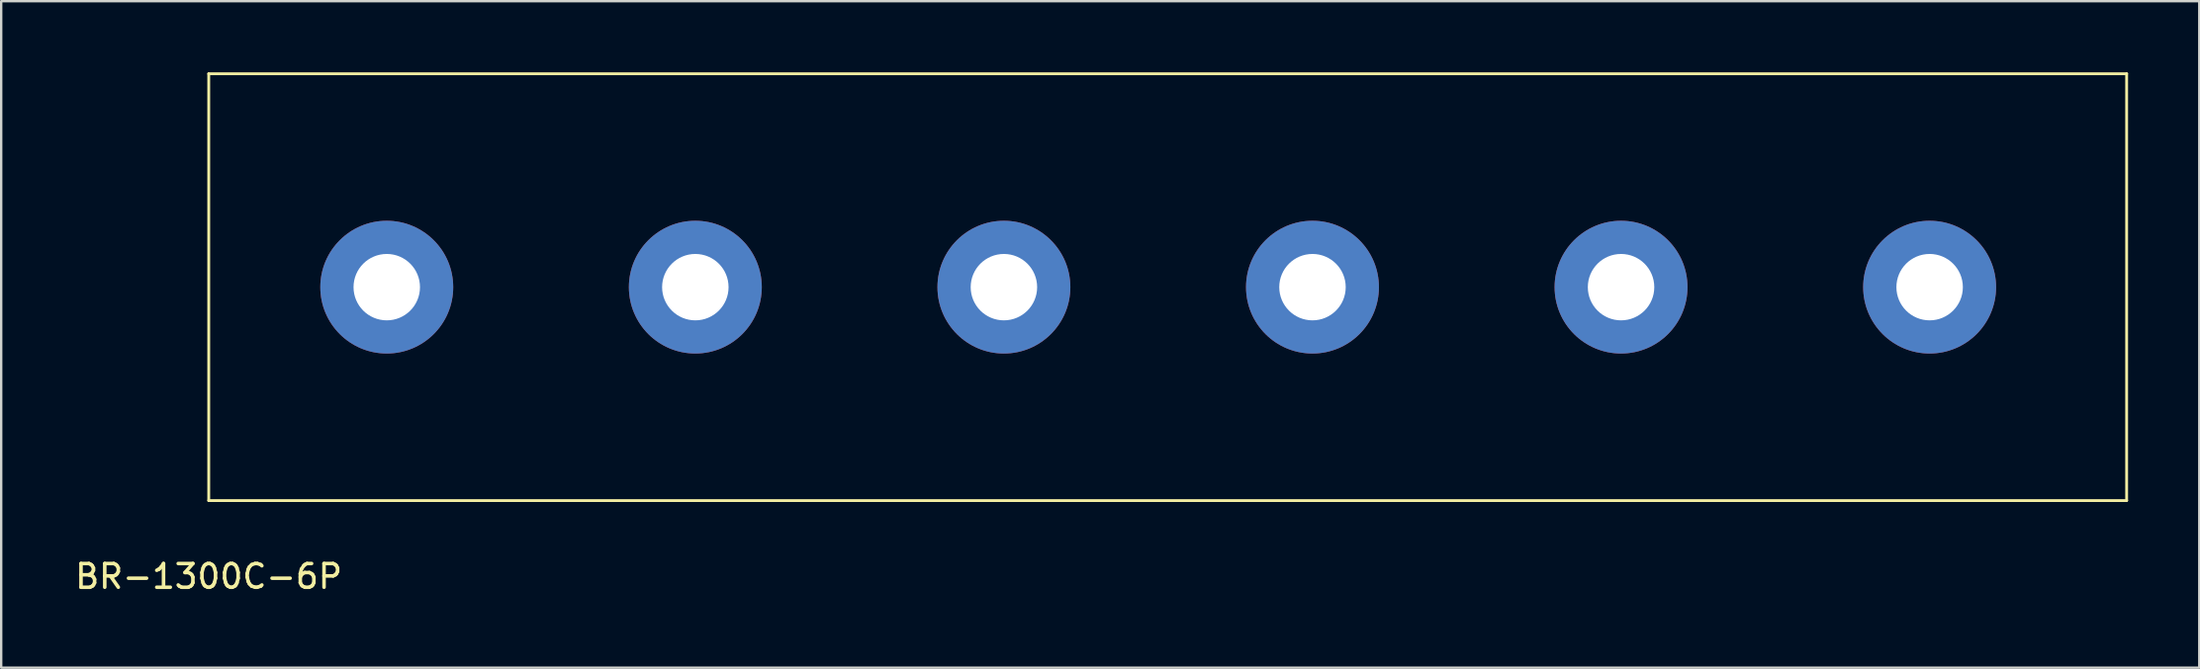
<source format=kicad_pcb>
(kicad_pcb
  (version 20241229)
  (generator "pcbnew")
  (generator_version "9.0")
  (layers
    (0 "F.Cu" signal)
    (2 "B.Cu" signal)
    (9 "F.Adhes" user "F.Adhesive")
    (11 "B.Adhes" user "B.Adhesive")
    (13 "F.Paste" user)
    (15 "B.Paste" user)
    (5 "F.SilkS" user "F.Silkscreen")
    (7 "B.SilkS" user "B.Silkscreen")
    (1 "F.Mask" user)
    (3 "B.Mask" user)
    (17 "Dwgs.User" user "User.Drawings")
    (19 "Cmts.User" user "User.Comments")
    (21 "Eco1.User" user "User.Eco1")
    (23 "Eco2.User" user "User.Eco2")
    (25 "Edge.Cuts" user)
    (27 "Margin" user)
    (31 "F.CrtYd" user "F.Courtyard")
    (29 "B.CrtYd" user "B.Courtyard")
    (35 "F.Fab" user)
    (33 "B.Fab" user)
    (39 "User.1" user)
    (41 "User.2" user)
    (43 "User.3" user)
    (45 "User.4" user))
  (footprint "BR-1300C-6P"
    (layer "F.Cu")
    (at 5.744 18.06)
    (property "Reference" "BR-1300C-6P" (at 0 3.2 0) (layer "F.SilkS") (effects (font (size 1 1) (thickness 0.15))))
    (attr through_hole)
    (fp_line (start 0 -18) (end 0 0) (stroke (width 0.12) (type solid)) (layer "F.SilkS"))
    (fp_line (start 0 0) (end 80.8 0) (stroke (width 0.12) (type solid)) (layer "F.SilkS"))
    (fp_line (start 80.8 -18) (end 0 -18) (stroke (width 0.12) (type solid)) (layer "F.SilkS"))
    (fp_line (start 80.8 0) (end 80.8 -18) (stroke (width 0.12) (type solid)) (layer "F.SilkS"))
    (pad "1" thru_hole circle (at 7.5 -9) (size 5.6 5.6) (drill 2.8) (layers "*.Cu" "*.Mask"))
    (pad "2" thru_hole circle (at 20.5 -9) (size 5.6 5.6) (drill 2.8) (layers "*.Cu" "*.Mask"))
    (pad "3" thru_hole circle (at 33.5 -9) (size 5.6 5.6) (drill 2.8) (layers "*.Cu" "*.Mask"))
    (pad "4" thru_hole circle (at 46.5 -9) (size 5.6 5.6) (drill 2.8) (layers "*.Cu" "*.Mask"))
    (pad "5" thru_hole circle (at 59.5 -9) (size 5.6 5.6) (drill 2.8) (layers "*.Cu" "*.Mask"))
    (pad "6" thru_hole circle (at 72.5 -9) (size 5.6 5.6) (drill 2.8) (layers "*.Cu" "*.Mask")))
  (gr_rect
    (start -3 -3)
    (end 89.604 25.108)
    (stroke (width 0.1) (type default))
    (fill no)
    (layer "Edge.Cuts")))
</source>
